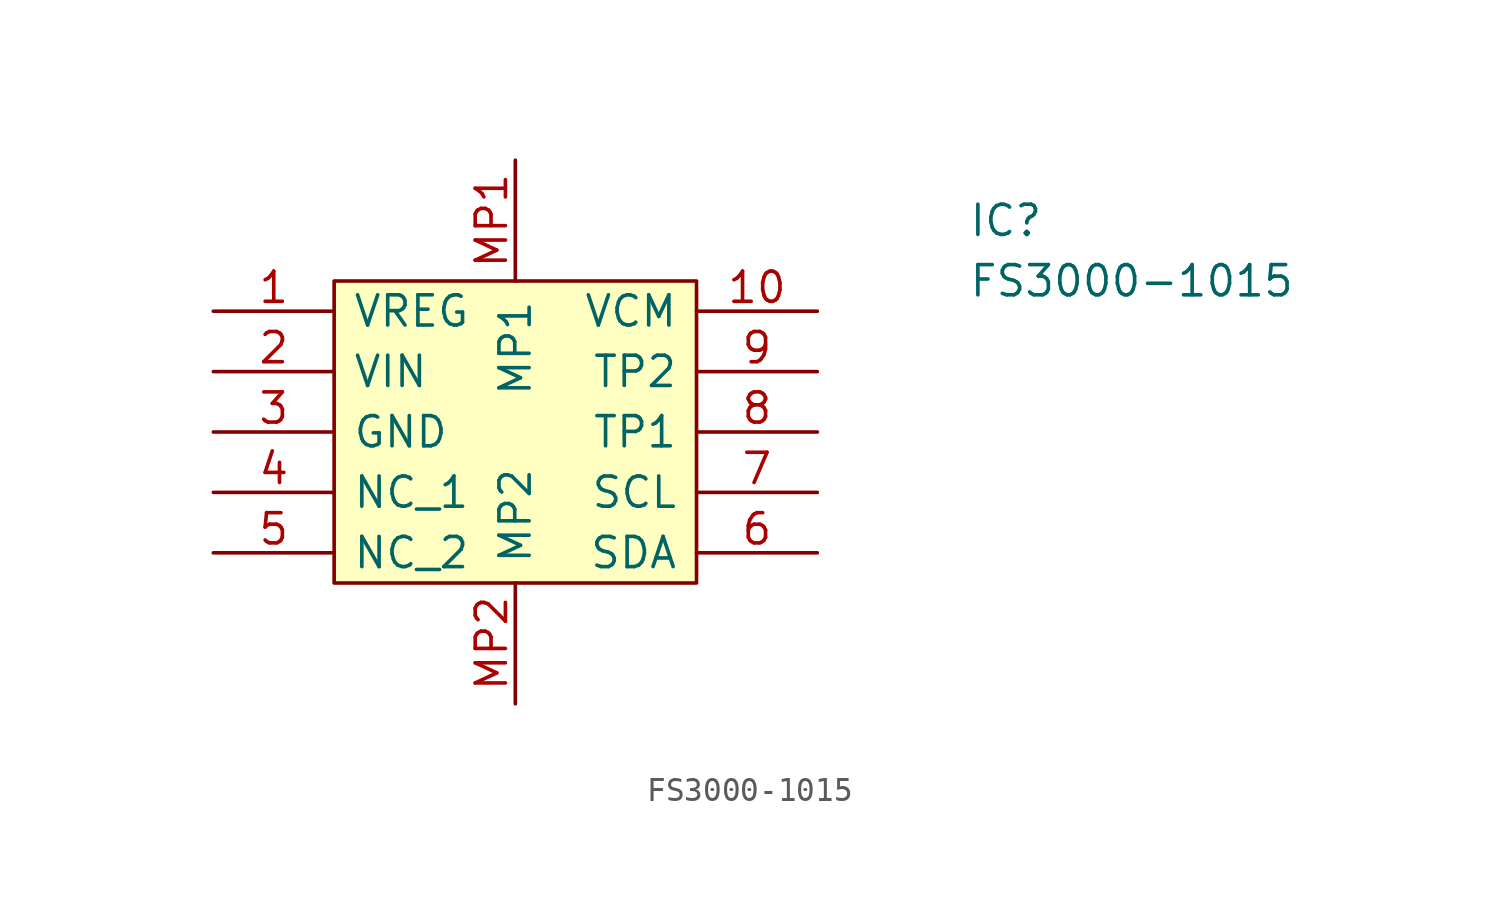
<source format=kicad_sym>
(kicad_symbol_lib
  (version 20211014)
  (generator kicad_symbol_editor)
  (symbol "FS3000-1015"
    (pin_names
      (offset 0.762))
    (property "Reference" "IC"
      (at 31.75 3.81 0)
      (effects (font (size 1.27 1.27)) (justify left)))
    (property "Value" "FS3000-1015"
      (at 31.75 1.27 0)
      (effects (font (size 1.27 1.27)) (justify left)))
    (symbol "FS3000-1015_0_0"
      (pin passive line (at 0 0 0) (length 5.08) (name "VREG" (effects (font (size 1.27 1.27)))) (number "1" (effects (font (size 1.27 1.27)))))
      (pin passive line (at 25.4 0 180) (length 5.08) (name "VCM" (effects (font (size 1.27 1.27)))) (number "10" (effects (font (size 1.27 1.27)))))
      (pin passive line (at 0 -2.54 0) (length 5.08) (name "VIN" (effects (font (size 1.27 1.27)))) (number "2" (effects (font (size 1.27 1.27)))))
      (pin passive line (at 0 -5.08 0) (length 5.08) (name "GND" (effects (font (size 1.27 1.27)))) (number "3" (effects (font (size 1.27 1.27)))))
      (pin passive line (at 0 -7.62 0) (length 5.08) (name "NC_1" (effects (font (size 1.27 1.27)))) (number "4" (effects (font (size 1.27 1.27)))))
      (pin passive line (at 0 -10.16 0) (length 5.08) (name "NC_2" (effects (font (size 1.27 1.27)))) (number "5" (effects (font (size 1.27 1.27)))))
      (pin passive line (at 25.4 -10.16 180) (length 5.08) (name "SDA" (effects (font (size 1.27 1.27)))) (number "6" (effects (font (size 1.27 1.27)))))
      (pin passive line (at 25.4 -7.62 180) (length 5.08) (name "SCL" (effects (font (size 1.27 1.27)))) (number "7" (effects (font (size 1.27 1.27)))))
      (pin passive line (at 25.4 -5.08 180) (length 5.08) (name "TP1" (effects (font (size 1.27 1.27)))) (number "8" (effects (font (size 1.27 1.27)))))
      (pin passive line (at 25.4 -2.54 180) (length 5.08) (name "TP2" (effects (font (size 1.27 1.27)))) (number "9" (effects (font (size 1.27 1.27)))))
      (pin passive line (at 12.7 6.35 270) (length 5.08) (name "MP1" (effects (font (size 1.27 1.27)))) (number "MP1" (effects (font (size 1.27 1.27)))))
      (pin passive line (at 12.7 -16.51 90) (length 5.08) (name "MP2" (effects (font (size 1.27 1.27)))) (number "MP2" (effects (font (size 1.27 1.27))))))
    (symbol "FS3000-1015_0_1"
      (rectangle (start 5.08 1.27) (end 20.32 -11.43) (stroke (width 0) (type default) (color 0 0 0 0)) (fill (type background))))))
</source>
